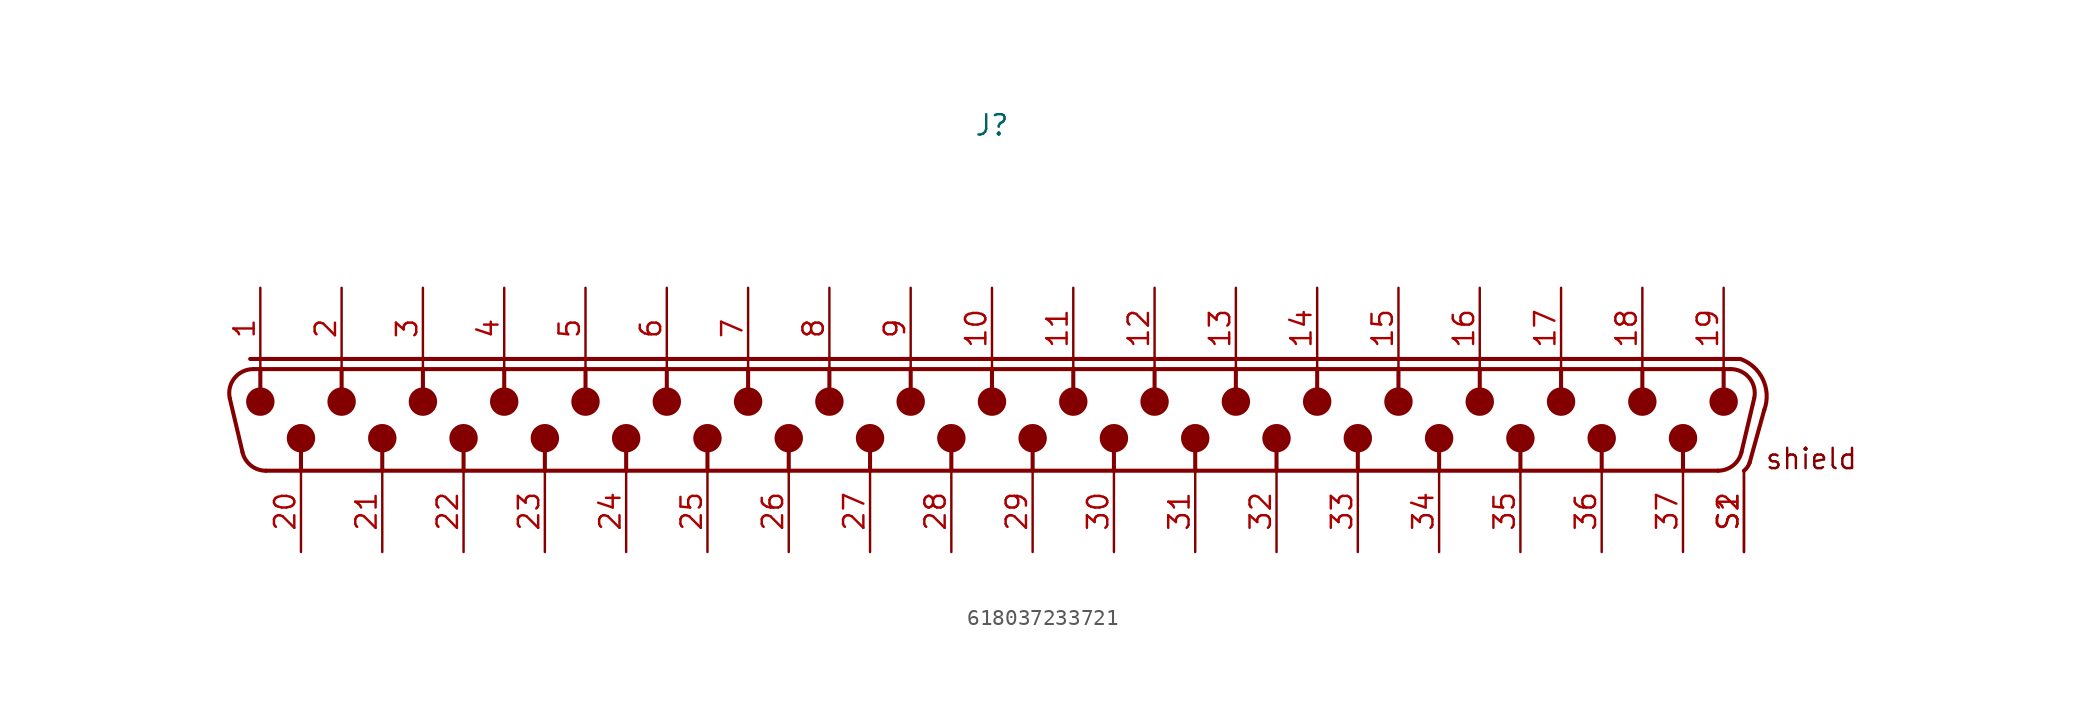
<source format=kicad_sym>
(kicad_symbol_lib
  (version 20241209)
  (generator "kicad_symbol_editor")
  (generator_version "9.0")
  (symbol "618037233721"
    (pin_names
      (hide yes))
    (property "Reference" "J"
      (at 0 17.78 0)
      (effects (font (size 1.27 1.27))))
    (symbol "618037233721_1_0"
      (polyline (pts (xy -46.833 -2.655) (xy -47.624 0.695)) (stroke (width 0.254) (type solid)) (fill (type none)))
      (polyline (pts (xy -46.355 3.175) (xy 46.76 3.175)) (stroke (width 0.254) (type solid)) (fill (type none)))
      (polyline (pts (xy -46.164 2.54) (xy 46.164 2.54)) (stroke (width 0.254) (type solid)) (fill (type none)))
      (arc (start -47.6242 0.695) (mid -47.3407 1.9707) (end -46.1643 2.54) (stroke (width 0.254) (type solid)) (fill (type none)))
      (polyline (pts (xy -45.72 2.58) (xy -45.72 0.4)) (stroke (width 0.254) (type solid)) (fill (type none)))
      (circle (center -45.72 0.508) (radius 0.762) (stroke (width 0.254) (type solid)) (fill (type outline)))
      (arc (start -45.373 -3.81) (mid -46.3038 -3.4862) (end -46.8328 -2.6547) (stroke (width 0.254) (type solid)) (fill (type none)))
      (circle (center -43.18 -1.778) (radius 0.762) (stroke (width 0.254) (type solid)) (fill (type outline)))
      (polyline (pts (xy -43.18 -3.81) (xy -43.18 -1.63)) (stroke (width 0.254) (type solid)) (fill (type none)))
      (polyline (pts (xy -40.64 2.58) (xy -40.64 0.4)) (stroke (width 0.254) (type solid)) (fill (type none)))
      (circle (center -40.64 0.508) (radius 0.762) (stroke (width 0.254) (type solid)) (fill (type outline)))
      (circle (center -38.1 -1.778) (radius 0.762) (stroke (width 0.254) (type solid)) (fill (type outline)))
      (polyline (pts (xy -38.1 -3.81) (xy -38.1 -1.63)) (stroke (width 0.254) (type solid)) (fill (type none)))
      (polyline (pts (xy -35.56 2.58) (xy -35.56 0.4)) (stroke (width 0.254) (type solid)) (fill (type none)))
      (circle (center -35.56 0.508) (radius 0.762) (stroke (width 0.254) (type solid)) (fill (type outline)))
      (circle (center -33.02 -1.778) (radius 0.762) (stroke (width 0.254) (type solid)) (fill (type outline)))
      (polyline (pts (xy -33.02 -3.81) (xy -33.02 -1.63)) (stroke (width 0.254) (type solid)) (fill (type none)))
      (polyline (pts (xy -30.48 2.58) (xy -30.48 0.4)) (stroke (width 0.254) (type solid)) (fill (type none)))
      (circle (center -30.48 0.508) (radius 0.762) (stroke (width 0.254) (type solid)) (fill (type outline)))
      (circle (center -27.94 -1.778) (radius 0.762) (stroke (width 0.254) (type solid)) (fill (type outline)))
      (polyline (pts (xy -27.94 -3.81) (xy -27.94 -1.63)) (stroke (width 0.254) (type solid)) (fill (type none)))
      (polyline (pts (xy -25.4 2.58) (xy -25.4 0.4)) (stroke (width 0.254) (type solid)) (fill (type none)))
      (circle (center -25.4 0.508) (radius 0.762) (stroke (width 0.254) (type solid)) (fill (type outline)))
      (circle (center -22.86 -1.778) (radius 0.762) (stroke (width 0.254) (type solid)) (fill (type outline)))
      (polyline (pts (xy -22.86 -3.81) (xy -22.86 -1.63)) (stroke (width 0.254) (type solid)) (fill (type none)))
      (polyline (pts (xy -20.32 2.58) (xy -20.32 0.4)) (stroke (width 0.254) (type solid)) (fill (type none)))
      (circle (center -20.32 0.508) (radius 0.762) (stroke (width 0.254) (type solid)) (fill (type outline)))
      (circle (center -17.78 -1.778) (radius 0.762) (stroke (width 0.254) (type solid)) (fill (type outline)))
      (polyline (pts (xy -17.78 -3.81) (xy -17.78 -1.63)) (stroke (width 0.254) (type solid)) (fill (type none)))
      (polyline (pts (xy -15.24 2.58) (xy -15.24 0.4)) (stroke (width 0.254) (type solid)) (fill (type none)))
      (circle (center -15.24 0.508) (radius 0.762) (stroke (width 0.254) (type solid)) (fill (type outline)))
      (circle (center -12.7 -1.778) (radius 0.762) (stroke (width 0.254) (type solid)) (fill (type outline)))
      (polyline (pts (xy -12.7 -3.81) (xy -12.7 -1.63)) (stroke (width 0.254) (type solid)) (fill (type none)))
      (polyline (pts (xy -10.16 2.58) (xy -10.16 0.4)) (stroke (width 0.254) (type solid)) (fill (type none)))
      (circle (center -10.16 0.508) (radius 0.762) (stroke (width 0.254) (type solid)) (fill (type outline)))
      (circle (center -7.62 -1.778) (radius 0.762) (stroke (width 0.254) (type solid)) (fill (type outline)))
      (polyline (pts (xy -7.62 -3.81) (xy -7.62 -1.63)) (stroke (width 0.254) (type solid)) (fill (type none)))
      (polyline (pts (xy -5.08 2.58) (xy -5.08 0.4)) (stroke (width 0.254) (type solid)) (fill (type none)))
      (circle (center -5.08 0.508) (radius 0.762) (stroke (width 0.254) (type solid)) (fill (type outline)))
      (circle (center -2.54 -1.778) (radius 0.762) (stroke (width 0.254) (type solid)) (fill (type outline)))
      (polyline (pts (xy -2.54 -3.81) (xy -2.54 -1.63)) (stroke (width 0.254) (type solid)) (fill (type none)))
      (polyline (pts (xy 0 2.58) (xy 0 0.4)) (stroke (width 0.254) (type solid)) (fill (type none)))
      (circle (center 0 0.508) (radius 0.762) (stroke (width 0.254) (type solid)) (fill (type outline)))
      (circle (center 2.54 -1.778) (radius 0.762) (stroke (width 0.254) (type solid)) (fill (type outline)))
      (polyline (pts (xy 2.54 -3.81) (xy 2.54 -1.63)) (stroke (width 0.254) (type solid)) (fill (type none)))
      (polyline (pts (xy 5.08 2.58) (xy 5.08 0.4)) (stroke (width 0.254) (type solid)) (fill (type none)))
      (circle (center 5.08 0.508) (radius 0.762) (stroke (width 0.254) (type solid)) (fill (type outline)))
      (circle (center 7.62 -1.778) (radius 0.762) (stroke (width 0.254) (type solid)) (fill (type outline)))
      (polyline (pts (xy 7.62 -3.81) (xy 7.62 -1.63)) (stroke (width 0.254) (type solid)) (fill (type none)))
      (polyline (pts (xy 10.16 2.58) (xy 10.16 0.4)) (stroke (width 0.254) (type solid)) (fill (type none)))
      (circle (center 10.16 0.508) (radius 0.762) (stroke (width 0.254) (type solid)) (fill (type outline)))
      (circle (center 12.7 -1.778) (radius 0.762) (stroke (width 0.254) (type solid)) (fill (type outline)))
      (polyline (pts (xy 12.7 -3.81) (xy 12.7 -1.63)) (stroke (width 0.254) (type solid)) (fill (type none)))
      (polyline (pts (xy 15.24 2.58) (xy 15.24 0.4)) (stroke (width 0.254) (type solid)) (fill (type none)))
      (circle (center 15.24 0.508) (radius 0.762) (stroke (width 0.254) (type solid)) (fill (type outline)))
      (circle (center 17.78 -1.778) (radius 0.762) (stroke (width 0.254) (type solid)) (fill (type outline)))
      (polyline (pts (xy 17.78 -3.81) (xy 17.78 -1.63)) (stroke (width 0.254) (type solid)) (fill (type none)))
      (polyline (pts (xy 20.32 2.58) (xy 20.32 0.4)) (stroke (width 0.254) (type solid)) (fill (type none)))
      (circle (center 20.32 0.508) (radius 0.762) (stroke (width 0.254) (type solid)) (fill (type outline)))
      (circle (center 22.86 -1.778) (radius 0.762) (stroke (width 0.254) (type solid)) (fill (type outline)))
      (polyline (pts (xy 22.86 -3.81) (xy 22.86 -1.63)) (stroke (width 0.254) (type solid)) (fill (type none)))
      (polyline (pts (xy 25.4 2.58) (xy 25.4 0.4)) (stroke (width 0.254) (type solid)) (fill (type none)))
      (circle (center 25.4 0.508) (radius 0.762) (stroke (width 0.254) (type solid)) (fill (type outline)))
      (circle (center 27.94 -1.778) (radius 0.762) (stroke (width 0.254) (type solid)) (fill (type outline)))
      (polyline (pts (xy 27.94 -3.81) (xy 27.94 -1.63)) (stroke (width 0.254) (type solid)) (fill (type none)))
      (polyline (pts (xy 30.48 2.58) (xy 30.48 0.4)) (stroke (width 0.254) (type solid)) (fill (type none)))
      (circle (center 30.48 0.508) (radius 0.762) (stroke (width 0.254) (type solid)) (fill (type outline)))
      (circle (center 33.02 -1.778) (radius 0.762) (stroke (width 0.254) (type solid)) (fill (type outline)))
      (polyline (pts (xy 33.02 -3.81) (xy 33.02 -1.63)) (stroke (width 0.254) (type solid)) (fill (type none)))
      (polyline (pts (xy 35.56 2.58) (xy 35.56 0.4)) (stroke (width 0.254) (type solid)) (fill (type none)))
      (circle (center 35.56 0.508) (radius 0.762) (stroke (width 0.254) (type solid)) (fill (type outline)))
      (circle (center 38.1 -1.778) (radius 0.762) (stroke (width 0.254) (type solid)) (fill (type outline)))
      (polyline (pts (xy 38.1 -3.81) (xy 38.1 -1.63)) (stroke (width 0.254) (type solid)) (fill (type none)))
      (polyline (pts (xy 40.64 2.58) (xy 40.64 0.4)) (stroke (width 0.254) (type solid)) (fill (type none)))
      (circle (center 40.64 0.508) (radius 0.762) (stroke (width 0.254) (type solid)) (fill (type outline)))
      (circle (center 43.18 -1.778) (radius 0.762) (stroke (width 0.254) (type solid)) (fill (type outline)))
      (polyline (pts (xy 43.18 -3.81) (xy 43.18 -1.63)) (stroke (width 0.254) (type solid)) (fill (type none)))
      (arc (start 46.8328 -2.6548) (mid 46.3037 -3.4863) (end 45.3729 -3.81) (stroke (width 0.254) (type solid)) (fill (type none)))
      (polyline (pts (xy 45.373 -3.81) (xy -45.373 -3.81)) (stroke (width 0.254) (type solid)) (fill (type none)))
      (polyline (pts (xy 45.72 2.58) (xy 45.72 0.4)) (stroke (width 0.254) (type solid)) (fill (type none)))
      (circle (center 45.72 0.508) (radius 0.762) (stroke (width 0.254) (type solid)) (fill (type outline)))
      (arc (start 46.76 3.175) (mid 48.1707 1.8996) (end 48.26 0) (stroke (width 0.254) (type solid)) (fill (type none)))
      (arc (start 46.1643 2.54) (mid 47.3407 1.9707) (end 47.6242 0.695) (stroke (width 0.254) (type solid)) (fill (type none)))
      (arc (start 47.3439 -3.3037) (mid 47.2048 -3.5833) (end 46.99 -3.81) (stroke (width 0.254) (type solid)) (fill (type none)))
      (polyline (pts (xy 47.344 -3.304) (xy 48.26 0)) (stroke (width 0.254) (type solid)) (fill (type none)))
      (polyline (pts (xy 47.624 0.695) (xy 46.833 -2.655)) (stroke (width 0.254) (type solid)) (fill (type none)))
      (pin passive line (at -45.72 7.62 270) (length 5.08) (name "1" (effects (font (size 1.27 1.27)))) (number "1" (effects (font (size 1.27 1.27)))))
      (pin passive line (at -43.18 -8.89 90) (length 5.08) (name "20" (effects (font (size 1.27 1.27)))) (number "20" (effects (font (size 1.27 1.27)))))
      (pin passive line (at -40.64 7.62 270) (length 5.08) (name "2" (effects (font (size 1.27 1.27)))) (number "2" (effects (font (size 1.27 1.27)))))
      (pin passive line (at -38.1 -8.89 90) (length 5.08) (name "21" (effects (font (size 1.27 1.27)))) (number "21" (effects (font (size 1.27 1.27)))))
      (pin passive line (at -35.56 7.62 270) (length 5.08) (name "3" (effects (font (size 1.27 1.27)))) (number "3" (effects (font (size 1.27 1.27)))))
      (pin passive line (at -33.02 -8.89 90) (length 5.08) (name "22" (effects (font (size 1.27 1.27)))) (number "22" (effects (font (size 1.27 1.27)))))
      (pin passive line (at -30.48 7.62 270) (length 5.08) (name "4" (effects (font (size 1.27 1.27)))) (number "4" (effects (font (size 1.27 1.27)))))
      (pin passive line (at -27.94 -8.89 90) (length 5.08) (name "23" (effects (font (size 1.27 1.27)))) (number "23" (effects (font (size 1.27 1.27)))))
      (pin passive line (at -25.4 7.62 270) (length 5.08) (name "5" (effects (font (size 1.27 1.27)))) (number "5" (effects (font (size 1.27 1.27)))))
      (pin passive line (at -22.86 -8.89 90) (length 5.08) (name "24" (effects (font (size 1.27 1.27)))) (number "24" (effects (font (size 1.27 1.27)))))
      (pin passive line (at -20.32 7.62 270) (length 5.08) (name "6" (effects (font (size 1.27 1.27)))) (number "6" (effects (font (size 1.27 1.27)))))
      (pin passive line (at -17.78 -8.89 90) (length 5.08) (name "25" (effects (font (size 1.27 1.27)))) (number "25" (effects (font (size 1.27 1.27)))))
      (pin passive line (at -15.24 7.62 270) (length 5.08) (name "7" (effects (font (size 1.27 1.27)))) (number "7" (effects (font (size 1.27 1.27)))))
      (pin passive line (at -12.7 -8.89 90) (length 5.08) (name "26" (effects (font (size 1.27 1.27)))) (number "26" (effects (font (size 1.27 1.27)))))
      (pin passive line (at -10.16 7.62 270) (length 5.08) (name "8" (effects (font (size 1.27 1.27)))) (number "8" (effects (font (size 1.27 1.27)))))
      (pin passive line (at -7.62 -8.89 90) (length 5.08) (name "27" (effects (font (size 1.27 1.27)))) (number "27" (effects (font (size 1.27 1.27)))))
      (pin passive line (at -5.08 7.62 270) (length 5.08) (name "9" (effects (font (size 1.27 1.27)))) (number "9" (effects (font (size 1.27 1.27)))))
      (pin passive line (at -2.54 -8.89 90) (length 5.08) (name "28" (effects (font (size 1.27 1.27)))) (number "28" (effects (font (size 1.27 1.27)))))
      (pin passive line (at 0 7.62 270) (length 5.08) (name "10" (effects (font (size 1.27 1.27)))) (number "10" (effects (font (size 1.27 1.27)))))
      (pin passive line (at 2.54 -8.89 90) (length 5.08) (name "29" (effects (font (size 1.27 1.27)))) (number "29" (effects (font (size 1.27 1.27)))))
      (pin passive line (at 5.08 7.62 270) (length 5.08) (name "11" (effects (font (size 1.27 1.27)))) (number "11" (effects (font (size 1.27 1.27)))))
      (pin passive line (at 7.62 -8.89 90) (length 5.08) (name "30" (effects (font (size 1.27 1.27)))) (number "30" (effects (font (size 1.27 1.27)))))
      (pin passive line (at 10.16 7.62 270) (length 5.08) (name "12" (effects (font (size 1.27 1.27)))) (number "12" (effects (font (size 1.27 1.27)))))
      (pin passive line (at 12.7 -8.89 90) (length 5.08) (name "31" (effects (font (size 1.27 1.27)))) (number "31" (effects (font (size 1.27 1.27)))))
      (pin passive line (at 15.24 7.62 270) (length 5.08) (name "13" (effects (font (size 1.27 1.27)))) (number "13" (effects (font (size 1.27 1.27)))))
      (pin passive line (at 17.78 -8.89 90) (length 5.08) (name "32" (effects (font (size 1.27 1.27)))) (number "32" (effects (font (size 1.27 1.27)))))
      (pin passive line (at 20.32 7.62 270) (length 5.08) (name "14" (effects (font (size 1.27 1.27)))) (number "14" (effects (font (size 1.27 1.27)))))
      (pin passive line (at 22.86 -8.89 90) (length 5.08) (name "33" (effects (font (size 1.27 1.27)))) (number "33" (effects (font (size 1.27 1.27)))))
      (pin passive line (at 25.4 7.62 270) (length 5.08) (name "15" (effects (font (size 1.27 1.27)))) (number "15" (effects (font (size 1.27 1.27)))))
      (pin passive line (at 27.94 -8.89 90) (length 5.08) (name "34" (effects (font (size 1.27 1.27)))) (number "34" (effects (font (size 1.27 1.27)))))
      (pin passive line (at 30.48 7.62 270) (length 5.08) (name "16" (effects (font (size 1.27 1.27)))) (number "16" (effects (font (size 1.27 1.27)))))
      (pin passive line (at 33.02 -8.89 90) (length 5.08) (name "35" (effects (font (size 1.27 1.27)))) (number "35" (effects (font (size 1.27 1.27)))))
      (pin passive line (at 35.56 7.62 270) (length 5.08) (name "17" (effects (font (size 1.27 1.27)))) (number "17" (effects (font (size 1.27 1.27)))))
      (pin passive line (at 38.1 -8.89 90) (length 5.08) (name "36" (effects (font (size 1.27 1.27)))) (number "36" (effects (font (size 1.27 1.27)))))
      (pin passive line (at 40.64 7.62 270) (length 5.08) (name "18" (effects (font (size 1.27 1.27)))) (number "18" (effects (font (size 1.27 1.27)))))
      (pin passive line (at 43.18 -8.89 90) (length 5.08) (name "37" (effects (font (size 1.27 1.27)))) (number "37" (effects (font (size 1.27 1.27)))))
      (pin passive line (at 45.72 7.62 270) (length 5.08) (name "19" (effects (font (size 1.27 1.27)))) (number "19" (effects (font (size 1.27 1.27)))))
      (pin passive line (at 46.99 -8.89 90) (length 5.08) (name "SHIELD" (effects (font (size 1.27 1.27)))) (number "S1" (effects (font (size 1.27 1.27)))))
      (pin passive line (at 46.99 -8.89 90) (length 5.08) (name "SHIELD" (effects (font (size 1.27 1.27)))) (number "S2" (effects (font (size 1.27 1.27))))))
    (symbol "618037233721_1_1"
      (text "shield" (at 48.26 -3.81 0) (effects (font (size 1.27 1.27)) (justify left bottom))))))
</source>
